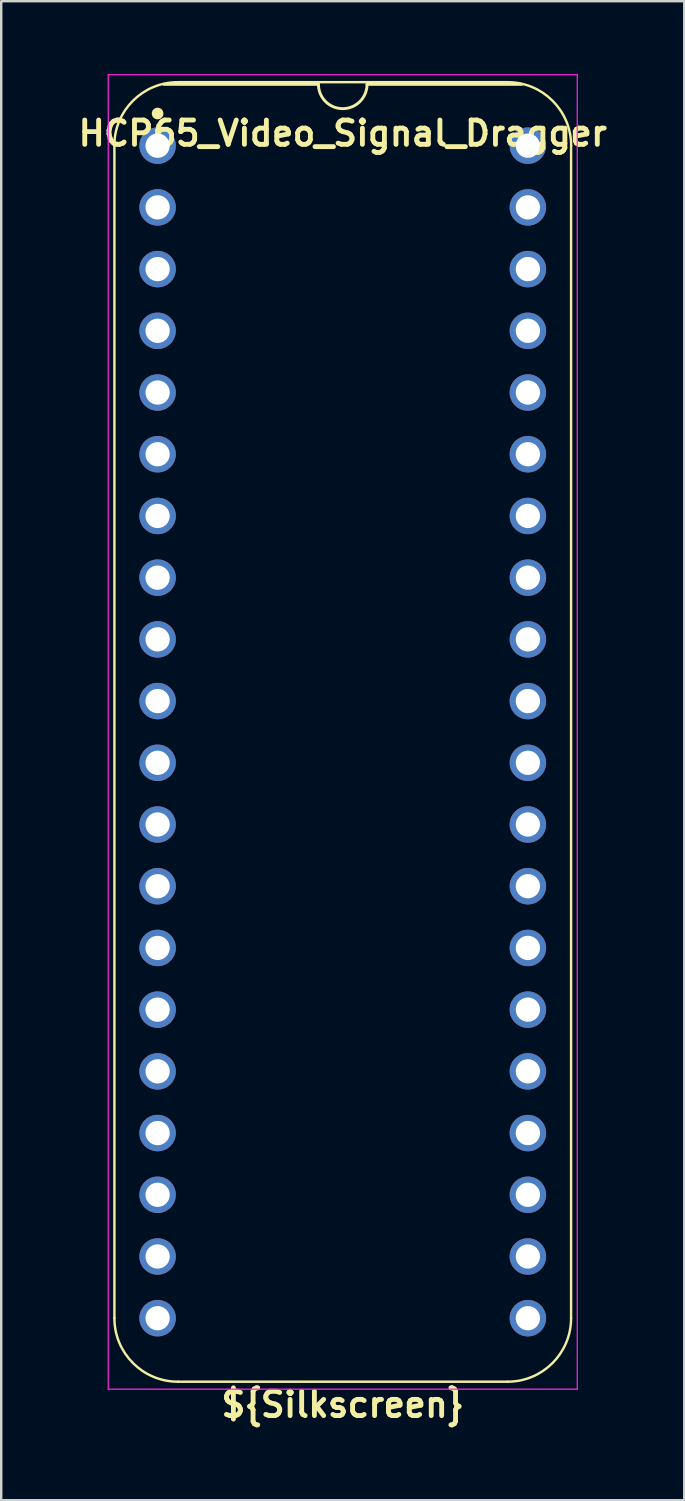
<source format=kicad_pcb>
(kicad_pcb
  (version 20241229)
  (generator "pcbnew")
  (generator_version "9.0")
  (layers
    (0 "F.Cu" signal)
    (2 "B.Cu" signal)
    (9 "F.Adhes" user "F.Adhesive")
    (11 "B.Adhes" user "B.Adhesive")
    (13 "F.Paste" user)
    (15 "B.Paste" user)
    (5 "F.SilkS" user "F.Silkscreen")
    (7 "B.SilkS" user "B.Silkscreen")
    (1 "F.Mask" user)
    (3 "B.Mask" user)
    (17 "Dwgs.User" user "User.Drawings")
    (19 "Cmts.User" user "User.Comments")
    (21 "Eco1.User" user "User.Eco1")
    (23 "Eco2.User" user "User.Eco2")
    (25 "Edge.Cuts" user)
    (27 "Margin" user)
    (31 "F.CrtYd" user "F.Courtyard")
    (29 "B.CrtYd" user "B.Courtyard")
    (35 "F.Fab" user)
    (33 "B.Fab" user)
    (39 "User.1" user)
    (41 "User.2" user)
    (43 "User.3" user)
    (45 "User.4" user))
  (footprint "HCP65_Video_Signal_Dragger"
    (layer "F.Cu")
    (at 3.437 2.946)
    (property "Reference" "HCP65_Video_Signal_Dragger" (at 7.62 -0.508 0) (layer "F.SilkS") (effects (font (size 1 1) (thickness 0.2))))
    (property "Silkscreen" "${Silkscreen}" (at 7.62 51.816 0) (layer "F.SilkS") (effects (font (size 1 1) (thickness 0.2))))
    (attr through_hole)
    (fp_line (start -1.778 48.26) (end -1.778 0) (stroke (width 0.1) (type solid)) (layer "F.SilkS"))
    (fp_line (start 0.832 -2.614) (end 14.408 -2.614) (stroke (width 0.1) (type solid)) (layer "F.SilkS"))
    (fp_line (start 6.62 -2.524) (end 0.254 -2.524) (stroke (width 0.12) (type solid)) (layer "F.SilkS"))
    (fp_line (start 14.404 50.874) (end 0.836 50.874) (stroke (width 0.1) (type solid)) (layer "F.SilkS"))
    (fp_line (start 14.986 -2.524) (end 8.62 -2.524) (stroke (width 0.12) (type solid)) (layer "F.SilkS"))
    (fp_line (start 17.018 48.26) (end 17.018 0) (stroke (width 0.1) (type solid)) (layer "F.SilkS"))
    (fp_arc (start -1.781544 0) (mid -1.016 -1.848188) (end 0.832188 -2.613732) (stroke (width 0.1) (type solid)) (layer "F.SilkS"))
    (fp_arc (start 0.835733 50.873733) (mid -1.012456 50.108189) (end -1.778 48.26) (stroke (width 0.1) (type solid)) (layer "F.SilkS"))
    (fp_arc (start 8.62 -2.524) (mid 7.62 -1.524) (end 6.62 -2.524) (stroke (width 0.12) (type solid)) (layer "F.SilkS"))
    (fp_arc (start 14.407812 -2.613732) (mid 16.256 -1.848188) (end 17.021544 0) (stroke (width 0.1) (type solid)) (layer "F.SilkS"))
    (fp_arc (start 17.018001 48.260001) (mid 16.252456 50.108188) (end 14.404269 50.873733) (stroke (width 0.1) (type solid)) (layer "F.SilkS"))
    (fp_circle (center 0 -1.323) (end 0.18 -1.323) (stroke (width 0.12) (type solid)) (fill yes) (layer "F.SilkS"))
    (fp_line (start -2.032 -2.921) (end -2.032 51.181) (stroke (width 0.05) (type solid)) (layer "F.CrtYd"))
    (fp_line (start -2.032 -2.921) (end 17.272 -2.921) (stroke (width 0.05) (type solid)) (layer "F.CrtYd"))
    (fp_line (start -2.032 51.181) (end 17.272 51.181) (stroke (width 0.05) (type solid)) (layer "F.CrtYd"))
    (fp_line (start 17.272 -2.921) (end 17.272 51.181) (stroke (width 0.05) (type solid)) (layer "F.CrtYd"))
    (pad "1" thru_hole circle (at 0 0) (size 1.5 1.5) (drill 1) (layers "*.Cu" "*.Mask"))
    (pad "2" thru_hole circle (at 0 2.54) (size 1.5 1.5) (drill 1) (layers "*.Cu" "*.Mask"))
    (pad "3" thru_hole circle (at 0 5.08) (size 1.5 1.5) (drill 1) (layers "*.Cu" "*.Mask"))
    (pad "4" thru_hole circle (at 0 7.62) (size 1.5 1.5) (drill 1) (layers "*.Cu" "*.Mask"))
    (pad "5" thru_hole circle (at 0 10.16) (size 1.5 1.5) (drill 1) (layers "*.Cu" "*.Mask"))
    (pad "6" thru_hole circle (at 0 12.7) (size 1.5 1.5) (drill 1) (layers "*.Cu" "*.Mask"))
    (pad "7" thru_hole circle (at 0 15.24) (size 1.5 1.5) (drill 1) (layers "*.Cu" "*.Mask"))
    (pad "8" thru_hole circle (at 0 17.78) (size 1.5 1.5) (drill 1) (layers "*.Cu" "*.Mask"))
    (pad "9" thru_hole circle (at 0 20.32) (size 1.5 1.5) (drill 1) (layers "*.Cu" "*.Mask"))
    (pad "10" thru_hole circle (at 0 22.86) (size 1.5 1.5) (drill 1) (layers "*.Cu" "*.Mask"))
    (pad "11" thru_hole circle (at 0 25.4) (size 1.5 1.5) (drill 1) (layers "*.Cu" "*.Mask"))
    (pad "12" thru_hole circle (at 0 27.94) (size 1.5 1.5) (drill 1) (layers "*.Cu" "*.Mask"))
    (pad "13" thru_hole circle (at 0 30.48) (size 1.5 1.5) (drill 1) (layers "*.Cu" "*.Mask"))
    (pad "14" thru_hole circle (at 0 33.02) (size 1.5 1.5) (drill 1) (layers "*.Cu" "*.Mask"))
    (pad "15" thru_hole circle (at 0 35.56) (size 1.5 1.5) (drill 1) (layers "*.Cu" "*.Mask"))
    (pad "16" thru_hole circle (at 0 38.1) (size 1.5 1.5) (drill 1) (layers "*.Cu" "*.Mask"))
    (pad "17" thru_hole circle (at 0 40.64) (size 1.5 1.5) (drill 1) (layers "*.Cu" "*.Mask"))
    (pad "18" thru_hole circle (at 0 43.18) (size 1.5 1.5) (drill 1) (layers "*.Cu" "*.Mask"))
    (pad "19" thru_hole circle (at 0 45.72) (size 1.5 1.5) (drill 1) (layers "*.Cu" "*.Mask"))
    (pad "20" thru_hole circle (at 0 48.26) (size 1.5 1.5) (drill 1) (layers "*.Cu" "*.Mask"))
    (pad "21" thru_hole circle (at 15.24 48.26) (size 1.5 1.5) (drill 1) (layers "*.Cu" "*.Mask"))
    (pad "22" thru_hole circle (at 15.24 45.72) (size 1.5 1.5) (drill 1) (layers "*.Cu" "*.Mask"))
    (pad "23" thru_hole circle (at 15.24 43.18) (size 1.5 1.5) (drill 1) (layers "*.Cu" "*.Mask"))
    (pad "24" thru_hole circle (at 15.24 40.64) (size 1.5 1.5) (drill 1) (layers "*.Cu" "*.Mask"))
    (pad "25" thru_hole circle (at 15.24 38.1) (size 1.5 1.5) (drill 1) (layers "*.Cu" "*.Mask"))
    (pad "26" thru_hole circle (at 15.24 35.56) (size 1.5 1.5) (drill 1) (layers "*.Cu" "*.Mask"))
    (pad "27" thru_hole circle (at 15.24 33.02) (size 1.5 1.5) (drill 1) (layers "*.Cu" "*.Mask"))
    (pad "28" thru_hole circle (at 15.24 30.48) (size 1.5 1.5) (drill 1) (layers "*.Cu" "*.Mask"))
    (pad "29" thru_hole circle (at 15.24 27.94) (size 1.5 1.5) (drill 1) (layers "*.Cu" "*.Mask"))
    (pad "30" thru_hole circle (at 15.24 25.4) (size 1.5 1.5) (drill 1) (layers "*.Cu" "*.Mask"))
    (pad "31" thru_hole circle (at 15.24 22.86) (size 1.5 1.5) (drill 1) (layers "*.Cu" "*.Mask"))
    (pad "32" thru_hole circle (at 15.24 20.32) (size 1.5 1.5) (drill 1) (layers "*.Cu" "*.Mask"))
    (pad "33" thru_hole circle (at 15.24 17.78) (size 1.5 1.5) (drill 1) (layers "*.Cu" "*.Mask"))
    (pad "34" thru_hole circle (at 15.24 15.24) (size 1.5 1.5) (drill 1) (layers "*.Cu" "*.Mask"))
    (pad "35" thru_hole circle (at 15.24 12.7) (size 1.5 1.5) (drill 1) (layers "*.Cu" "*.Mask"))
    (pad "36" thru_hole circle (at 15.24 10.16) (size 1.5 1.5) (drill 1) (layers "*.Cu" "*.Mask"))
    (pad "37" thru_hole circle (at 15.24 7.62) (size 1.5 1.5) (drill 1) (layers "*.Cu" "*.Mask"))
    (pad "38" thru_hole circle (at 15.24 5.08) (size 1.5 1.5) (drill 1) (layers "*.Cu" "*.Mask"))
    (pad "39" thru_hole circle (at 15.24 2.54) (size 1.5 1.5) (drill 1) (layers "*.Cu" "*.Mask"))
    (pad "40" thru_hole circle (at 15.24 0) (size 1.5 1.5) (drill 1) (layers "*.Cu" "*.Mask")))
  (gr_rect
    (start -3 -3)
    (end 25.114 58.698)
    (stroke (width 0.1) (type default))
    (fill no)
    (layer "Edge.Cuts")))
</source>
